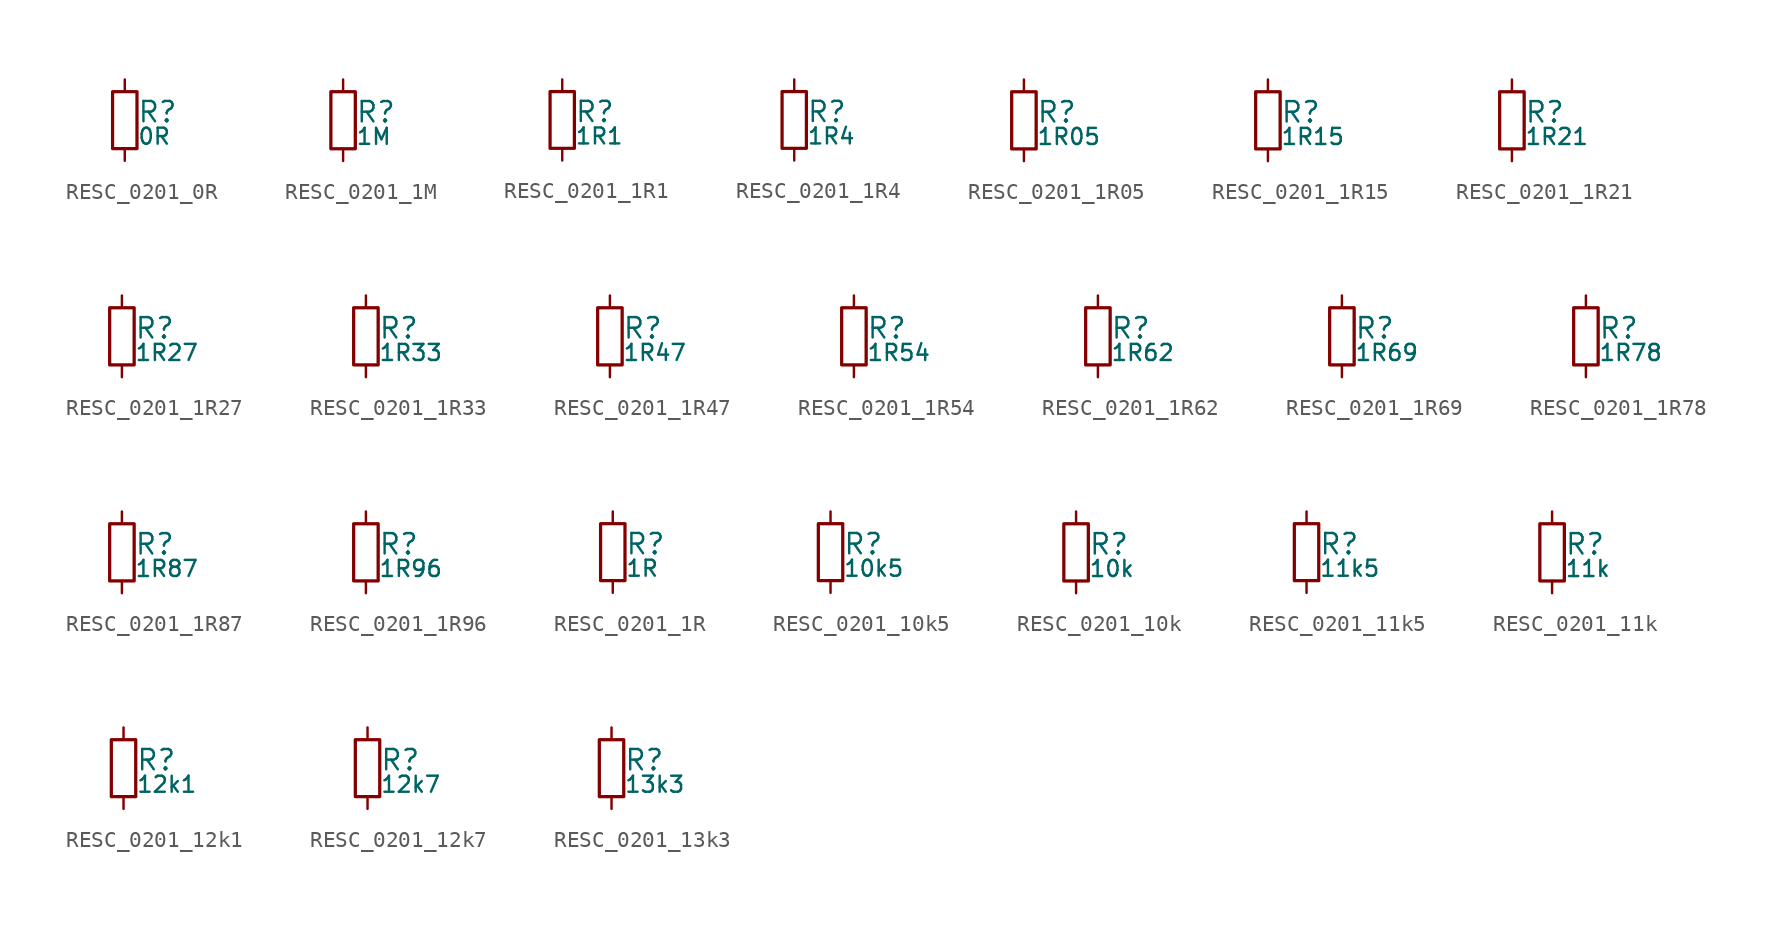
<source format=kicad_sym>
(kicad_symbol_lib
  (version 20211014)
  (generator kicad_LibGenerator)
  (symbol "RESC_0201_0R"
    (pin_numbers hide)
    (pin_names
      (offset 0.254) hide)
    (property "Reference" "R"
      (at 0.762 0.508 0)
      (effects (font (size 1.27 1.27)) (justify left)))
    (property "Value" "0R"
      (at 0.762 -1.016 0)
      (effects (font (size 1.00 1.00)) (justify left)))
    (symbol "RESC_0201_0R_0_1"
      (rectangle (start -0.762 1.778) (end 0.762 -1.778) (stroke (width 0.203) (type default) (color 0 0 0 0)) (fill (type none))))
    (symbol "RESC_0201_0R_1_1"
      (pin passive line (at 0 2.54 270) (length 0.762) (name "~" (effects (font (size 1.27 1.27)))) (number "1" (effects (font (size 1.27 1.27)))))
      (pin passive line (at 0 -2.54 90) (length 0.762) (name "~" (effects (font (size 1.27 1.27)))) (number "2" (effects (font (size 1.27 1.27)))))))
  (symbol "RESC_0201_1M"
    (pin_numbers hide)
    (pin_names
      (offset 0.254) hide)
    (property "Reference" "R"
      (at 0.762 0.508 0)
      (effects (font (size 1.27 1.27)) (justify left)))
    (property "Value" "1M"
      (at 0.762 -1.016 0)
      (effects (font (size 1.00 1.00)) (justify left)))
    (symbol "RESC_0201_1M_0_1"
      (rectangle (start -0.762 1.778) (end 0.762 -1.778) (stroke (width 0.203) (type default) (color 0 0 0 0)) (fill (type none))))
    (symbol "RESC_0201_1M_1_1"
      (pin passive line (at 0 2.54 270) (length 0.762) (name "~" (effects (font (size 1.27 1.27)))) (number "1" (effects (font (size 1.27 1.27)))))
      (pin passive line (at 0 -2.54 90) (length 0.762) (name "~" (effects (font (size 1.27 1.27)))) (number "2" (effects (font (size 1.27 1.27)))))))
  (symbol "RESC_0201_1R1"
    (pin_numbers hide)
    (pin_names
      (offset 0.254) hide)
    (property "Reference" "R"
      (at 0.762 0.508 0)
      (effects (font (size 1.27 1.27)) (justify left)))
    (property "Value" "1R1"
      (at 0.762 -1.016 0)
      (effects (font (size 1.00 1.00)) (justify left)))
    (symbol "RESC_0201_1R1_0_1"
      (rectangle (start -0.762 1.778) (end 0.762 -1.778) (stroke (width 0.203) (type default) (color 0 0 0 0)) (fill (type none))))
    (symbol "RESC_0201_1R1_1_1"
      (pin passive line (at 0 2.54 270) (length 0.762) (name "~" (effects (font (size 1.27 1.27)))) (number "1" (effects (font (size 1.27 1.27)))))
      (pin passive line (at 0 -2.54 90) (length 0.762) (name "~" (effects (font (size 1.27 1.27)))) (number "2" (effects (font (size 1.27 1.27)))))))
  (symbol "RESC_0201_1R4"
    (pin_numbers hide)
    (pin_names
      (offset 0.254) hide)
    (property "Reference" "R"
      (at 0.762 0.508 0)
      (effects (font (size 1.27 1.27)) (justify left)))
    (property "Value" "1R4"
      (at 0.762 -1.016 0)
      (effects (font (size 1.00 1.00)) (justify left)))
    (symbol "RESC_0201_1R4_0_1"
      (rectangle (start -0.762 1.778) (end 0.762 -1.778) (stroke (width 0.203) (type default) (color 0 0 0 0)) (fill (type none))))
    (symbol "RESC_0201_1R4_1_1"
      (pin passive line (at 0 2.54 270) (length 0.762) (name "~" (effects (font (size 1.27 1.27)))) (number "1" (effects (font (size 1.27 1.27)))))
      (pin passive line (at 0 -2.54 90) (length 0.762) (name "~" (effects (font (size 1.27 1.27)))) (number "2" (effects (font (size 1.27 1.27)))))))
  (symbol "RESC_0201_1R05"
    (pin_numbers hide)
    (pin_names
      (offset 0.254) hide)
    (property "Reference" "R"
      (at 0.762 0.508 0)
      (effects (font (size 1.27 1.27)) (justify left)))
    (property "Value" "1R05"
      (at 0.762 -1.016 0)
      (effects (font (size 1.00 1.00)) (justify left)))
    (symbol "RESC_0201_1R05_0_1"
      (rectangle (start -0.762 1.778) (end 0.762 -1.778) (stroke (width 0.203) (type default) (color 0 0 0 0)) (fill (type none))))
    (symbol "RESC_0201_1R05_1_1"
      (pin passive line (at 0 2.54 270) (length 0.762) (name "~" (effects (font (size 1.27 1.27)))) (number "1" (effects (font (size 1.27 1.27)))))
      (pin passive line (at 0 -2.54 90) (length 0.762) (name "~" (effects (font (size 1.27 1.27)))) (number "2" (effects (font (size 1.27 1.27)))))))
  (symbol "RESC_0201_1R15"
    (pin_numbers hide)
    (pin_names
      (offset 0.254) hide)
    (property "Reference" "R"
      (at 0.762 0.508 0)
      (effects (font (size 1.27 1.27)) (justify left)))
    (property "Value" "1R15"
      (at 0.762 -1.016 0)
      (effects (font (size 1.00 1.00)) (justify left)))
    (symbol "RESC_0201_1R15_0_1"
      (rectangle (start -0.762 1.778) (end 0.762 -1.778) (stroke (width 0.203) (type default) (color 0 0 0 0)) (fill (type none))))
    (symbol "RESC_0201_1R15_1_1"
      (pin passive line (at 0 2.54 270) (length 0.762) (name "~" (effects (font (size 1.27 1.27)))) (number "1" (effects (font (size 1.27 1.27)))))
      (pin passive line (at 0 -2.54 90) (length 0.762) (name "~" (effects (font (size 1.27 1.27)))) (number "2" (effects (font (size 1.27 1.27)))))))
  (symbol "RESC_0201_1R21"
    (pin_numbers hide)
    (pin_names
      (offset 0.254) hide)
    (property "Reference" "R"
      (at 0.762 0.508 0)
      (effects (font (size 1.27 1.27)) (justify left)))
    (property "Value" "1R21"
      (at 0.762 -1.016 0)
      (effects (font (size 1.00 1.00)) (justify left)))
    (symbol "RESC_0201_1R21_0_1"
      (rectangle (start -0.762 1.778) (end 0.762 -1.778) (stroke (width 0.203) (type default) (color 0 0 0 0)) (fill (type none))))
    (symbol "RESC_0201_1R21_1_1"
      (pin passive line (at 0 2.54 270) (length 0.762) (name "~" (effects (font (size 1.27 1.27)))) (number "1" (effects (font (size 1.27 1.27)))))
      (pin passive line (at 0 -2.54 90) (length 0.762) (name "~" (effects (font (size 1.27 1.27)))) (number "2" (effects (font (size 1.27 1.27)))))))
  (symbol "RESC_0201_1R27"
    (pin_numbers hide)
    (pin_names
      (offset 0.254) hide)
    (property "Reference" "R"
      (at 0.762 0.508 0)
      (effects (font (size 1.27 1.27)) (justify left)))
    (property "Value" "1R27"
      (at 0.762 -1.016 0)
      (effects (font (size 1.00 1.00)) (justify left)))
    (symbol "RESC_0201_1R27_0_1"
      (rectangle (start -0.762 1.778) (end 0.762 -1.778) (stroke (width 0.203) (type default) (color 0 0 0 0)) (fill (type none))))
    (symbol "RESC_0201_1R27_1_1"
      (pin passive line (at 0 2.54 270) (length 0.762) (name "~" (effects (font (size 1.27 1.27)))) (number "1" (effects (font (size 1.27 1.27)))))
      (pin passive line (at 0 -2.54 90) (length 0.762) (name "~" (effects (font (size 1.27 1.27)))) (number "2" (effects (font (size 1.27 1.27)))))))
  (symbol "RESC_0201_1R33"
    (pin_numbers hide)
    (pin_names
      (offset 0.254) hide)
    (property "Reference" "R"
      (at 0.762 0.508 0)
      (effects (font (size 1.27 1.27)) (justify left)))
    (property "Value" "1R33"
      (at 0.762 -1.016 0)
      (effects (font (size 1.00 1.00)) (justify left)))
    (symbol "RESC_0201_1R33_0_1"
      (rectangle (start -0.762 1.778) (end 0.762 -1.778) (stroke (width 0.203) (type default) (color 0 0 0 0)) (fill (type none))))
    (symbol "RESC_0201_1R33_1_1"
      (pin passive line (at 0 2.54 270) (length 0.762) (name "~" (effects (font (size 1.27 1.27)))) (number "1" (effects (font (size 1.27 1.27)))))
      (pin passive line (at 0 -2.54 90) (length 0.762) (name "~" (effects (font (size 1.27 1.27)))) (number "2" (effects (font (size 1.27 1.27)))))))
  (symbol "RESC_0201_1R47"
    (pin_numbers hide)
    (pin_names
      (offset 0.254) hide)
    (property "Reference" "R"
      (at 0.762 0.508 0)
      (effects (font (size 1.27 1.27)) (justify left)))
    (property "Value" "1R47"
      (at 0.762 -1.016 0)
      (effects (font (size 1.00 1.00)) (justify left)))
    (symbol "RESC_0201_1R47_0_1"
      (rectangle (start -0.762 1.778) (end 0.762 -1.778) (stroke (width 0.203) (type default) (color 0 0 0 0)) (fill (type none))))
    (symbol "RESC_0201_1R47_1_1"
      (pin passive line (at 0 2.54 270) (length 0.762) (name "~" (effects (font (size 1.27 1.27)))) (number "1" (effects (font (size 1.27 1.27)))))
      (pin passive line (at 0 -2.54 90) (length 0.762) (name "~" (effects (font (size 1.27 1.27)))) (number "2" (effects (font (size 1.27 1.27)))))))
  (symbol "RESC_0201_1R54"
    (pin_numbers hide)
    (pin_names
      (offset 0.254) hide)
    (property "Reference" "R"
      (at 0.762 0.508 0)
      (effects (font (size 1.27 1.27)) (justify left)))
    (property "Value" "1R54"
      (at 0.762 -1.016 0)
      (effects (font (size 1.00 1.00)) (justify left)))
    (symbol "RESC_0201_1R54_0_1"
      (rectangle (start -0.762 1.778) (end 0.762 -1.778) (stroke (width 0.203) (type default) (color 0 0 0 0)) (fill (type none))))
    (symbol "RESC_0201_1R54_1_1"
      (pin passive line (at 0 2.54 270) (length 0.762) (name "~" (effects (font (size 1.27 1.27)))) (number "1" (effects (font (size 1.27 1.27)))))
      (pin passive line (at 0 -2.54 90) (length 0.762) (name "~" (effects (font (size 1.27 1.27)))) (number "2" (effects (font (size 1.27 1.27)))))))
  (symbol "RESC_0201_1R62"
    (pin_numbers hide)
    (pin_names
      (offset 0.254) hide)
    (property "Reference" "R"
      (at 0.762 0.508 0)
      (effects (font (size 1.27 1.27)) (justify left)))
    (property "Value" "1R62"
      (at 0.762 -1.016 0)
      (effects (font (size 1.00 1.00)) (justify left)))
    (symbol "RESC_0201_1R62_0_1"
      (rectangle (start -0.762 1.778) (end 0.762 -1.778) (stroke (width 0.203) (type default) (color 0 0 0 0)) (fill (type none))))
    (symbol "RESC_0201_1R62_1_1"
      (pin passive line (at 0 2.54 270) (length 0.762) (name "~" (effects (font (size 1.27 1.27)))) (number "1" (effects (font (size 1.27 1.27)))))
      (pin passive line (at 0 -2.54 90) (length 0.762) (name "~" (effects (font (size 1.27 1.27)))) (number "2" (effects (font (size 1.27 1.27)))))))
  (symbol "RESC_0201_1R69"
    (pin_numbers hide)
    (pin_names
      (offset 0.254) hide)
    (property "Reference" "R"
      (at 0.762 0.508 0)
      (effects (font (size 1.27 1.27)) (justify left)))
    (property "Value" "1R69"
      (at 0.762 -1.016 0)
      (effects (font (size 1.00 1.00)) (justify left)))
    (symbol "RESC_0201_1R69_0_1"
      (rectangle (start -0.762 1.778) (end 0.762 -1.778) (stroke (width 0.203) (type default) (color 0 0 0 0)) (fill (type none))))
    (symbol "RESC_0201_1R69_1_1"
      (pin passive line (at 0 2.54 270) (length 0.762) (name "~" (effects (font (size 1.27 1.27)))) (number "1" (effects (font (size 1.27 1.27)))))
      (pin passive line (at 0 -2.54 90) (length 0.762) (name "~" (effects (font (size 1.27 1.27)))) (number "2" (effects (font (size 1.27 1.27)))))))
  (symbol "RESC_0201_1R78"
    (pin_numbers hide)
    (pin_names
      (offset 0.254) hide)
    (property "Reference" "R"
      (at 0.762 0.508 0)
      (effects (font (size 1.27 1.27)) (justify left)))
    (property "Value" "1R78"
      (at 0.762 -1.016 0)
      (effects (font (size 1.00 1.00)) (justify left)))
    (symbol "RESC_0201_1R78_0_1"
      (rectangle (start -0.762 1.778) (end 0.762 -1.778) (stroke (width 0.203) (type default) (color 0 0 0 0)) (fill (type none))))
    (symbol "RESC_0201_1R78_1_1"
      (pin passive line (at 0 2.54 270) (length 0.762) (name "~" (effects (font (size 1.27 1.27)))) (number "1" (effects (font (size 1.27 1.27)))))
      (pin passive line (at 0 -2.54 90) (length 0.762) (name "~" (effects (font (size 1.27 1.27)))) (number "2" (effects (font (size 1.27 1.27)))))))
  (symbol "RESC_0201_1R87"
    (pin_numbers hide)
    (pin_names
      (offset 0.254) hide)
    (property "Reference" "R"
      (at 0.762 0.508 0)
      (effects (font (size 1.27 1.27)) (justify left)))
    (property "Value" "1R87"
      (at 0.762 -1.016 0)
      (effects (font (size 1.00 1.00)) (justify left)))
    (symbol "RESC_0201_1R87_0_1"
      (rectangle (start -0.762 1.778) (end 0.762 -1.778) (stroke (width 0.203) (type default) (color 0 0 0 0)) (fill (type none))))
    (symbol "RESC_0201_1R87_1_1"
      (pin passive line (at 0 2.54 270) (length 0.762) (name "~" (effects (font (size 1.27 1.27)))) (number "1" (effects (font (size 1.27 1.27)))))
      (pin passive line (at 0 -2.54 90) (length 0.762) (name "~" (effects (font (size 1.27 1.27)))) (number "2" (effects (font (size 1.27 1.27)))))))
  (symbol "RESC_0201_1R96"
    (pin_numbers hide)
    (pin_names
      (offset 0.254) hide)
    (property "Reference" "R"
      (at 0.762 0.508 0)
      (effects (font (size 1.27 1.27)) (justify left)))
    (property "Value" "1R96"
      (at 0.762 -1.016 0)
      (effects (font (size 1.00 1.00)) (justify left)))
    (symbol "RESC_0201_1R96_0_1"
      (rectangle (start -0.762 1.778) (end 0.762 -1.778) (stroke (width 0.203) (type default) (color 0 0 0 0)) (fill (type none))))
    (symbol "RESC_0201_1R96_1_1"
      (pin passive line (at 0 2.54 270) (length 0.762) (name "~" (effects (font (size 1.27 1.27)))) (number "1" (effects (font (size 1.27 1.27)))))
      (pin passive line (at 0 -2.54 90) (length 0.762) (name "~" (effects (font (size 1.27 1.27)))) (number "2" (effects (font (size 1.27 1.27)))))))
  (symbol "RESC_0201_1R"
    (pin_numbers hide)
    (pin_names
      (offset 0.254) hide)
    (property "Reference" "R"
      (at 0.762 0.508 0)
      (effects (font (size 1.27 1.27)) (justify left)))
    (property "Value" "1R"
      (at 0.762 -1.016 0)
      (effects (font (size 1.00 1.00)) (justify left)))
    (symbol "RESC_0201_1R_0_1"
      (rectangle (start -0.762 1.778) (end 0.762 -1.778) (stroke (width 0.203) (type default) (color 0 0 0 0)) (fill (type none))))
    (symbol "RESC_0201_1R_1_1"
      (pin passive line (at 0 2.54 270) (length 0.762) (name "~" (effects (font (size 1.27 1.27)))) (number "1" (effects (font (size 1.27 1.27)))))
      (pin passive line (at 0 -2.54 90) (length 0.762) (name "~" (effects (font (size 1.27 1.27)))) (number "2" (effects (font (size 1.27 1.27)))))))
  (symbol "RESC_0201_10k5"
    (pin_numbers hide)
    (pin_names
      (offset 0.254) hide)
    (property "Reference" "R"
      (at 0.762 0.508 0)
      (effects (font (size 1.27 1.27)) (justify left)))
    (property "Value" "10k5"
      (at 0.762 -1.016 0)
      (effects (font (size 1.00 1.00)) (justify left)))
    (symbol "RESC_0201_10k5_0_1"
      (rectangle (start -0.762 1.778) (end 0.762 -1.778) (stroke (width 0.203) (type default) (color 0 0 0 0)) (fill (type none))))
    (symbol "RESC_0201_10k5_1_1"
      (pin passive line (at 0 2.54 270) (length 0.762) (name "~" (effects (font (size 1.27 1.27)))) (number "1" (effects (font (size 1.27 1.27)))))
      (pin passive line (at 0 -2.54 90) (length 0.762) (name "~" (effects (font (size 1.27 1.27)))) (number "2" (effects (font (size 1.27 1.27)))))))
  (symbol "RESC_0201_10k"
    (pin_numbers hide)
    (pin_names
      (offset 0.254) hide)
    (property "Reference" "R"
      (at 0.762 0.508 0)
      (effects (font (size 1.27 1.27)) (justify left)))
    (property "Value" "10k"
      (at 0.762 -1.016 0)
      (effects (font (size 1.00 1.00)) (justify left)))
    (symbol "RESC_0201_10k_0_1"
      (rectangle (start -0.762 1.778) (end 0.762 -1.778) (stroke (width 0.203) (type default) (color 0 0 0 0)) (fill (type none))))
    (symbol "RESC_0201_10k_1_1"
      (pin passive line (at 0 2.54 270) (length 0.762) (name "~" (effects (font (size 1.27 1.27)))) (number "1" (effects (font (size 1.27 1.27)))))
      (pin passive line (at 0 -2.54 90) (length 0.762) (name "~" (effects (font (size 1.27 1.27)))) (number "2" (effects (font (size 1.27 1.27)))))))
  (symbol "RESC_0201_11k5"
    (pin_numbers hide)
    (pin_names
      (offset 0.254) hide)
    (property "Reference" "R"
      (at 0.762 0.508 0)
      (effects (font (size 1.27 1.27)) (justify left)))
    (property "Value" "11k5"
      (at 0.762 -1.016 0)
      (effects (font (size 1.00 1.00)) (justify left)))
    (symbol "RESC_0201_11k5_0_1"
      (rectangle (start -0.762 1.778) (end 0.762 -1.778) (stroke (width 0.203) (type default) (color 0 0 0 0)) (fill (type none))))
    (symbol "RESC_0201_11k5_1_1"
      (pin passive line (at 0 2.54 270) (length 0.762) (name "~" (effects (font (size 1.27 1.27)))) (number "1" (effects (font (size 1.27 1.27)))))
      (pin passive line (at 0 -2.54 90) (length 0.762) (name "~" (effects (font (size 1.27 1.27)))) (number "2" (effects (font (size 1.27 1.27)))))))
  (symbol "RESC_0201_11k"
    (pin_numbers hide)
    (pin_names
      (offset 0.254) hide)
    (property "Reference" "R"
      (at 0.762 0.508 0)
      (effects (font (size 1.27 1.27)) (justify left)))
    (property "Value" "11k"
      (at 0.762 -1.016 0)
      (effects (font (size 1.00 1.00)) (justify left)))
    (symbol "RESC_0201_11k_0_1"
      (rectangle (start -0.762 1.778) (end 0.762 -1.778) (stroke (width 0.203) (type default) (color 0 0 0 0)) (fill (type none))))
    (symbol "RESC_0201_11k_1_1"
      (pin passive line (at 0 2.54 270) (length 0.762) (name "~" (effects (font (size 1.27 1.27)))) (number "1" (effects (font (size 1.27 1.27)))))
      (pin passive line (at 0 -2.54 90) (length 0.762) (name "~" (effects (font (size 1.27 1.27)))) (number "2" (effects (font (size 1.27 1.27)))))))
  (symbol "RESC_0201_12k1"
    (pin_numbers hide)
    (pin_names
      (offset 0.254) hide)
    (property "Reference" "R"
      (at 0.762 0.508 0)
      (effects (font (size 1.27 1.27)) (justify left)))
    (property "Value" "12k1"
      (at 0.762 -1.016 0)
      (effects (font (size 1.00 1.00)) (justify left)))
    (symbol "RESC_0201_12k1_0_1"
      (rectangle (start -0.762 1.778) (end 0.762 -1.778) (stroke (width 0.203) (type default) (color 0 0 0 0)) (fill (type none))))
    (symbol "RESC_0201_12k1_1_1"
      (pin passive line (at 0 2.54 270) (length 0.762) (name "~" (effects (font (size 1.27 1.27)))) (number "1" (effects (font (size 1.27 1.27)))))
      (pin passive line (at 0 -2.54 90) (length 0.762) (name "~" (effects (font (size 1.27 1.27)))) (number "2" (effects (font (size 1.27 1.27)))))))
  (symbol "RESC_0201_12k7"
    (pin_numbers hide)
    (pin_names
      (offset 0.254) hide)
    (property "Reference" "R"
      (at 0.762 0.508 0)
      (effects (font (size 1.27 1.27)) (justify left)))
    (property "Value" "12k7"
      (at 0.762 -1.016 0)
      (effects (font (size 1.00 1.00)) (justify left)))
    (symbol "RESC_0201_12k7_0_1"
      (rectangle (start -0.762 1.778) (end 0.762 -1.778) (stroke (width 0.203) (type default) (color 0 0 0 0)) (fill (type none))))
    (symbol "RESC_0201_12k7_1_1"
      (pin passive line (at 0 2.54 270) (length 0.762) (name "~" (effects (font (size 1.27 1.27)))) (number "1" (effects (font (size 1.27 1.27)))))
      (pin passive line (at 0 -2.54 90) (length 0.762) (name "~" (effects (font (size 1.27 1.27)))) (number "2" (effects (font (size 1.27 1.27)))))))
  (symbol "RESC_0201_13k3"
    (pin_numbers hide)
    (pin_names
      (offset 0.254) hide)
    (property "Reference" "R"
      (at 0.762 0.508 0)
      (effects (font (size 1.27 1.27)) (justify left)))
    (property "Value" "13k3"
      (at 0.762 -1.016 0)
      (effects (font (size 1.00 1.00)) (justify left)))
    (symbol "RESC_0201_13k3_0_1"
      (rectangle (start -0.762 1.778) (end 0.762 -1.778) (stroke (width 0.203) (type default) (color 0 0 0 0)) (fill (type none))))
    (symbol "RESC_0201_13k3_1_1"
      (pin passive line (at 0 2.54 270) (length 0.762) (name "~" (effects (font (size 1.27 1.27)))) (number "1" (effects (font (size 1.27 1.27)))))
      (pin passive line (at 0 -2.54 90) (length 0.762) (name "~" (effects (font (size 1.27 1.27)))) (number "2" (effects (font (size 1.27 1.27))))))))
</source>
